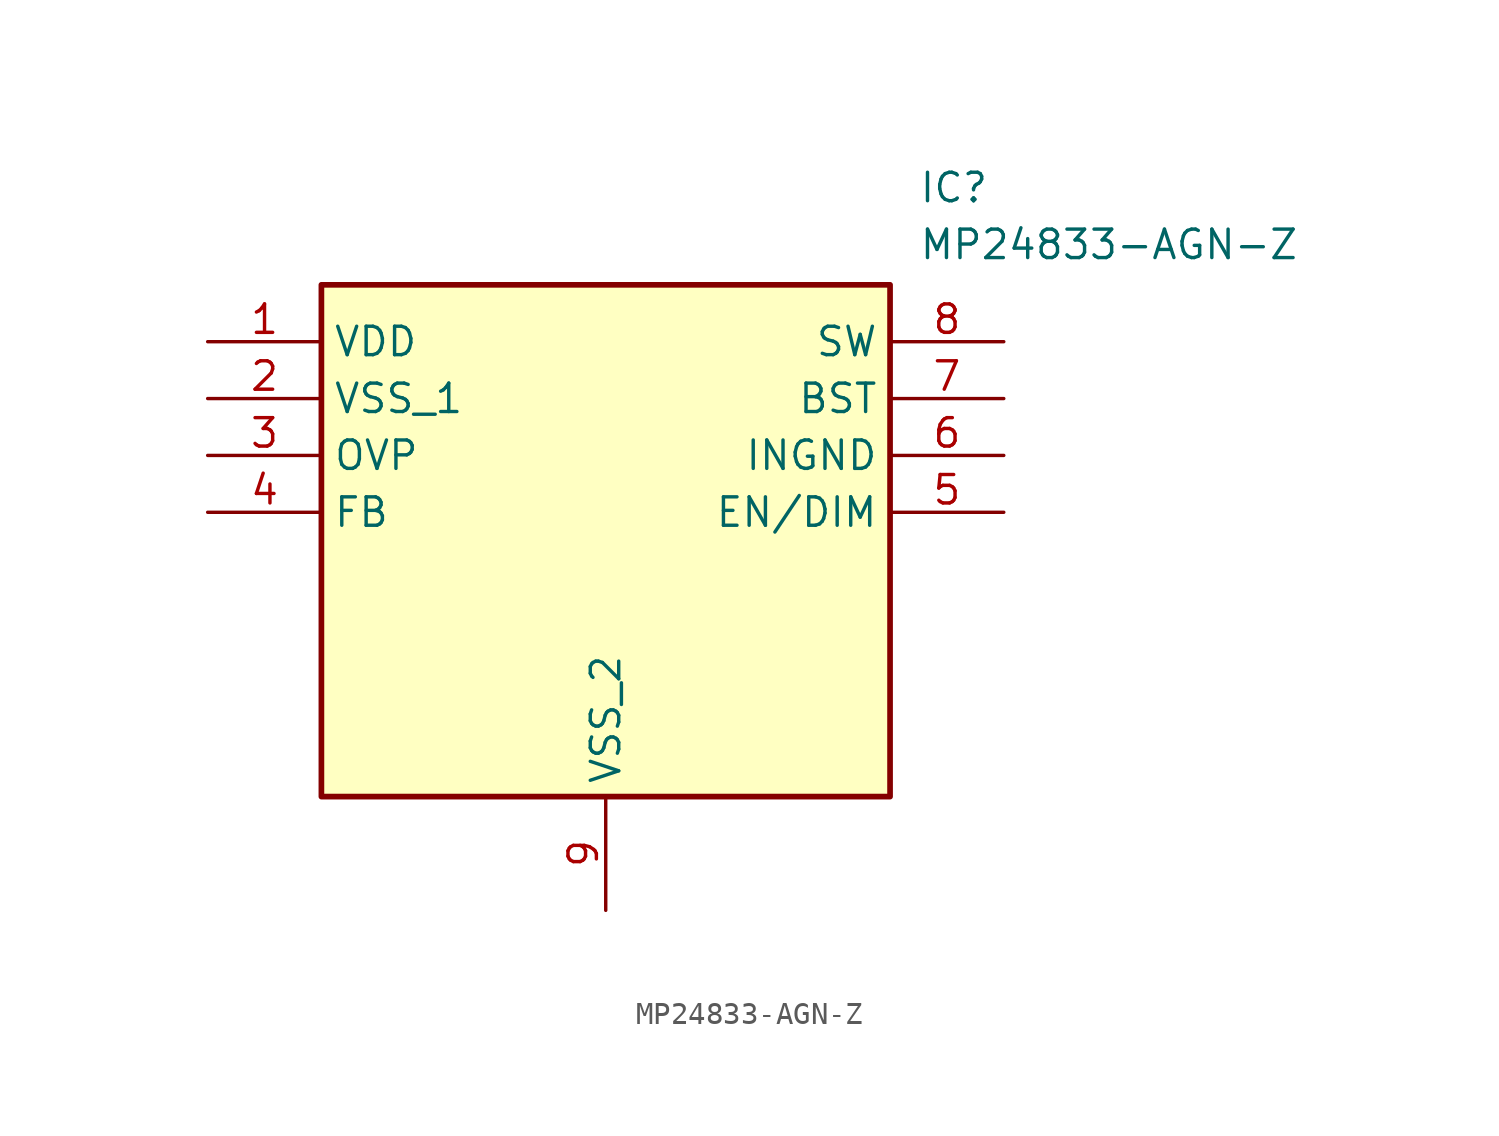
<source format=kicad_sym>
(kicad_symbol_lib
  (version 20211014)
  (generator SamacSys_ECAD_Model)
  (symbol "MP24833-AGN-Z"
    (property "Reference" "IC"
      (at 31.75 7.62 0)
      (effects (font (size 1.27 1.27)) (justify left top)))
    (property "Value" "MP24833-AGN-Z"
      (at 31.75 5.08 0)
      (effects (font (size 1.27 1.27)) (justify left top)))
    (rectangle
      (start 5.08 2.54)
      (end 30.48 -20.32)
      (stroke (width 0.254) (type default))
      (fill (type background)))
    (pin power_in line
      (at 0 0 0)
      (length 5.08)
      (name "VDD" (effects (font (size 1.27 1.27))))
      (number "1" (effects (font (size 1.27 1.27)))))
    (pin power_in line
      (at 0 -2.54 0)
      (length 5.08)
      (name "VSS_1" (effects (font (size 1.27 1.27))))
      (number "2" (effects (font (size 1.27 1.27)))))
    (pin input line
      (at 0 -5.08 0)
      (length 5.08)
      (name "OVP" (effects (font (size 1.27 1.27))))
      (number "3" (effects (font (size 1.27 1.27)))))
    (pin input line
      (at 0 -7.62 0)
      (length 5.08)
      (name "FB" (effects (font (size 1.27 1.27))))
      (number "4" (effects (font (size 1.27 1.27)))))
    (pin power_in line
      (at 17.78 -25.4 90)
      (length 5.08)
      (name "VSS_2" (effects (font (size 1.27 1.27))))
      (number "9" (effects (font (size 1.27 1.27)))))
    (pin output line
      (at 35.56 0 180)
      (length 5.08)
      (name "SW" (effects (font (size 1.27 1.27))))
      (number "8" (effects (font (size 1.27 1.27)))))
    (pin passive line
      (at 35.56 -2.54 180)
      (length 5.08)
      (name "BST" (effects (font (size 1.27 1.27))))
      (number "7" (effects (font (size 1.27 1.27)))))
    (pin power_in line
      (at 35.56 -5.08 180)
      (length 5.08)
      (name "INGND" (effects (font (size 1.27 1.27))))
      (number "6" (effects (font (size 1.27 1.27)))))
    (pin input line
      (at 35.56 -7.62 180)
      (length 5.08)
      (name "EN/DIM" (effects (font (size 1.27 1.27))))
      (number "5" (effects (font (size 1.27 1.27)))))))
</source>
